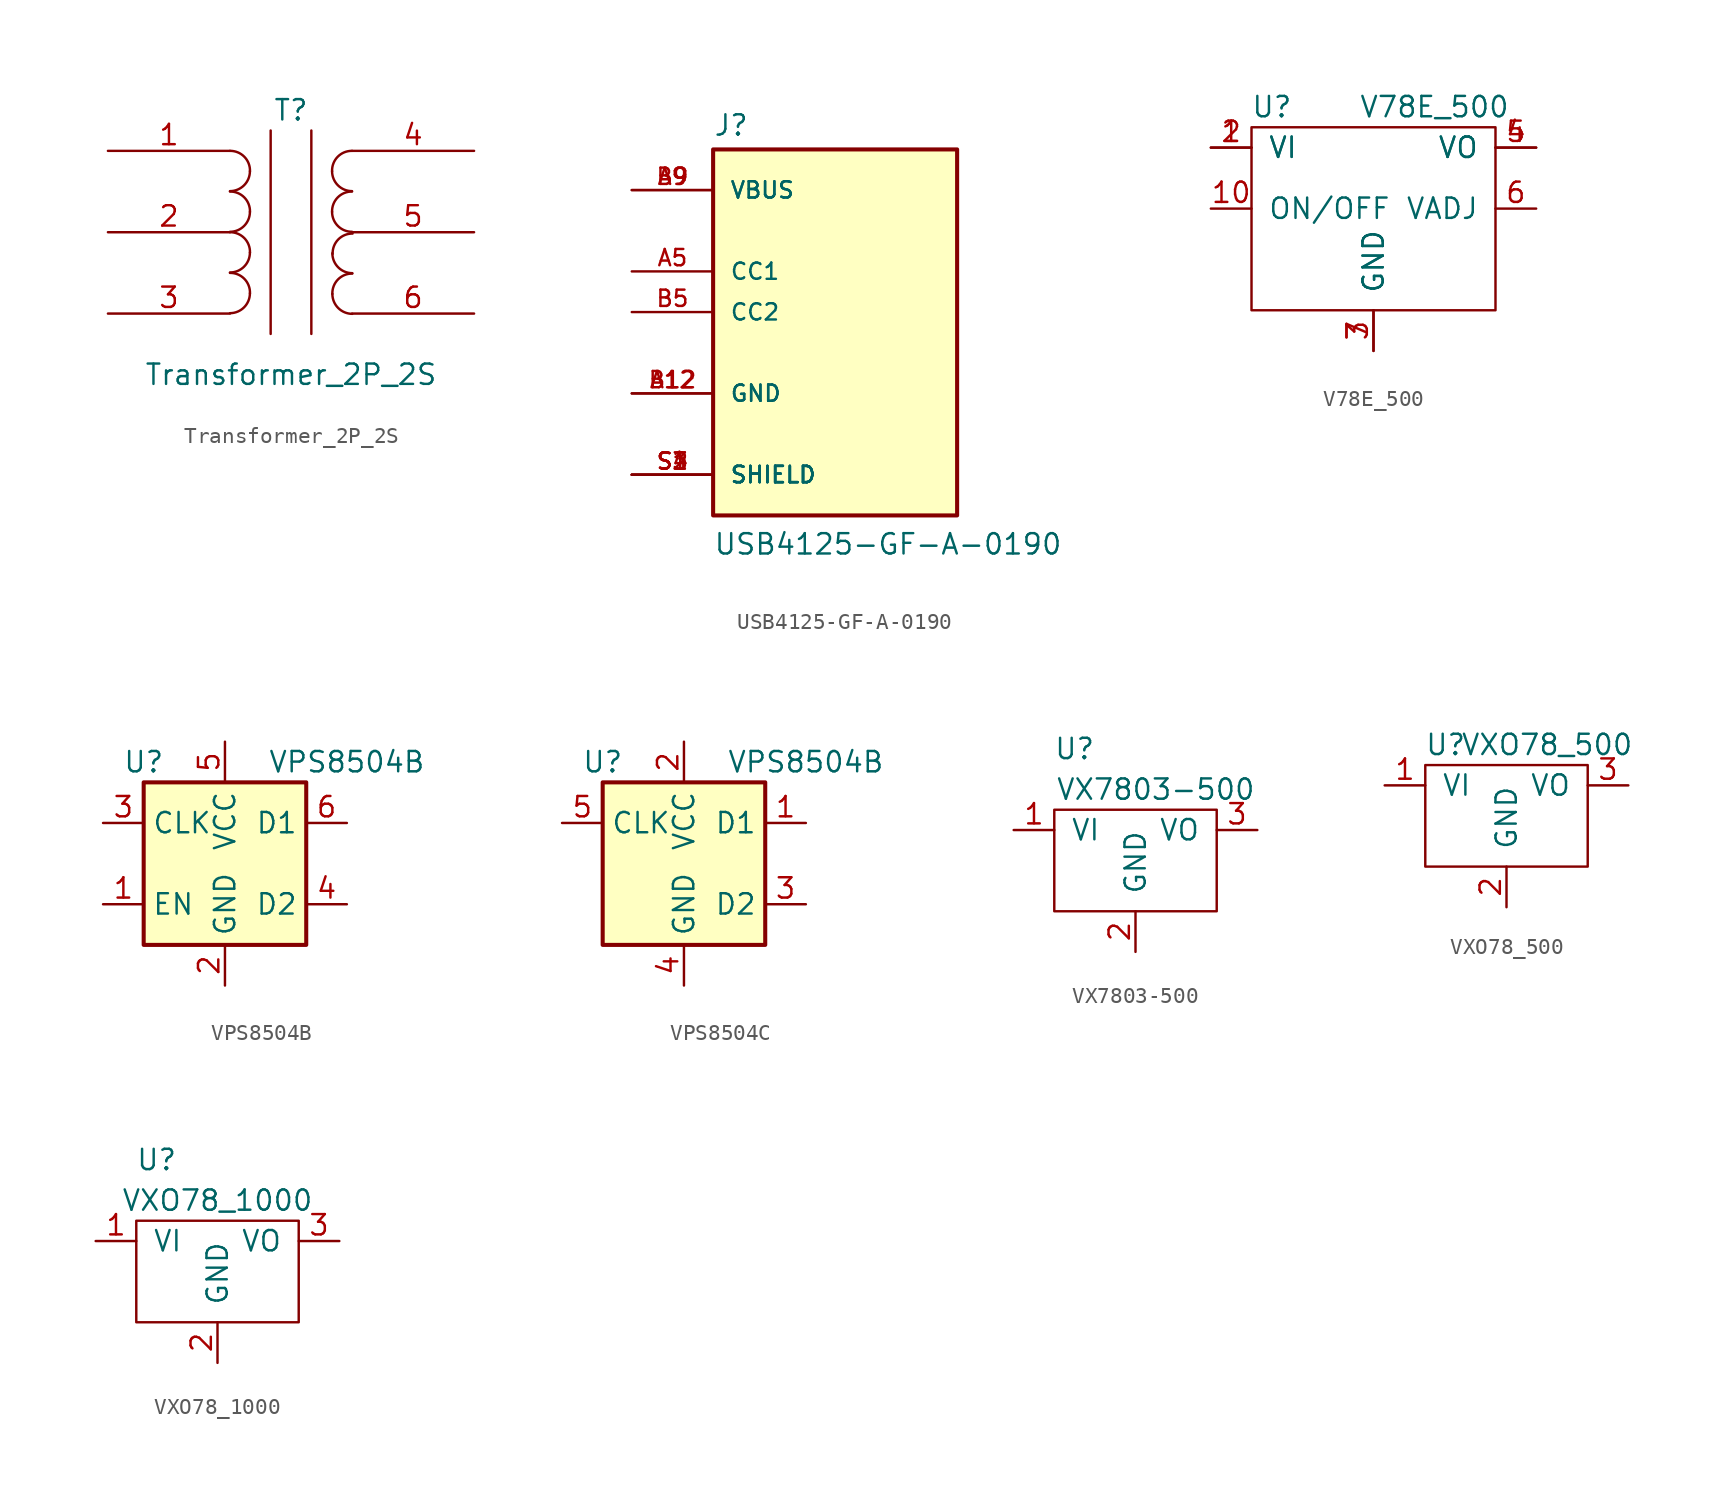
<source format=kicad_sym>
(kicad_symbol_lib
  (version 20220914)
  (generator kicad_symbol_editor)
  (symbol "Transformer_2P_2S"
    (pin_names
      (offset 1.016) hide)
    (property "Reference" "T"
      (at 0 7.62 0)
      (effects (font (size 1.27 1.27))))
    (property "Value" "Transformer_2P_2S"
      (at 0 -8.89 0)
      (effects (font (size 1.27 1.27))))
    (symbol "Transformer_2P_2S_0_1"
      (arc (start -3.81 -5.0546) (mid -2.9299 -4.6901) (end -2.5654 -3.81) (stroke (width 0) (type default)) (fill (type none)))
      (arc (start -3.81 -2.5146) (mid -2.9299 -2.1501) (end -2.5654 -1.27) (stroke (width 0) (type default)) (fill (type none)))
      (arc (start -3.81 0.0254) (mid -2.9299 0.3899) (end -2.5654 1.27) (stroke (width 0) (type default)) (fill (type none)))
      (arc (start -3.81 2.5654) (mid -2.9299 2.9299) (end -2.5654 3.81) (stroke (width 0) (type default)) (fill (type none)))
      (arc (start -2.5654 -3.81) (mid -2.9157 -2.9083) (end -3.81 -2.54) (stroke (width 0) (type default)) (fill (type none)))
      (arc (start -2.5654 -1.27) (mid -2.9157 -0.3683) (end -3.81 0) (stroke (width 0) (type default)) (fill (type none)))
      (arc (start -2.5654 1.27) (mid -2.9157 2.1717) (end -3.81 2.54) (stroke (width 0) (type default)) (fill (type none)))
      (arc (start -2.5654 3.81) (mid -2.9157 4.7117) (end -3.81 5.08) (stroke (width 0) (type default)) (fill (type none)))
      (polyline (pts (xy -1.27 -6.35) (xy -1.27 6.35)) (stroke (width 0) (type default)) (fill (type none)))
      (polyline (pts (xy 1.27 6.35) (xy 1.27 -6.35)) (stroke (width 0) (type default)) (fill (type none)))
      (arc (start 2.5654 1.27) (mid 2.9299 0.3899) (end 3.81 0.0254) (stroke (width 0) (type default)) (fill (type none)))
      (arc (start 2.5654 3.81) (mid 2.9299 2.9299) (end 3.81 2.5654) (stroke (width 0) (type default)) (fill (type none)))
      (arc (start 2.5824 -3.852) (mid 2.9469 -4.7321) (end 3.827 -5.0966) (stroke (width 0) (type default)) (fill (type none)))
      (arc (start 2.5824 -1.312) (mid 2.9469 -2.1921) (end 3.827 -2.5566) (stroke (width 0) (type default)) (fill (type none)))
      (arc (start 3.81 2.54) (mid 2.9158 2.1715) (end 2.5654 1.27) (stroke (width 0) (type default)) (fill (type none)))
      (arc (start 3.81 5.08) (mid 2.9158 4.7115) (end 2.5654 3.81) (stroke (width 0) (type default)) (fill (type none)))
      (arc (start 3.827 -2.582) (mid 2.9328 -2.9505) (end 2.5824 -3.852) (stroke (width 0) (type default)) (fill (type none)))
      (arc (start 3.844 -0.084) (mid 2.9498 -0.4525) (end 2.5994 -1.354) (stroke (width 0) (type default)) (fill (type none))))
    (symbol "Transformer_2P_2S_1_1"
      (pin passive line (at -11.43 5.08 0) (length 7.62) (name "PA" (effects (font (size 1.27 1.27)))) (number "1" (effects (font (size 1.27 1.27)))))
      (pin passive line (at -11.43 0 0) (length 7.62) (name "PB" (effects (font (size 1.27 1.27)))) (number "2" (effects (font (size 1.27 1.27)))))
      (pin passive line (at -11.43 -5.08 0) (length 7.62) (name "PC" (effects (font (size 1.27 1.27)))) (number "3" (effects (font (size 1.27 1.27)))))
      (pin passive line (at 11.43 5.08 180) (length 7.62) (name "SA" (effects (font (size 1.27 1.27)))) (number "4" (effects (font (size 1.27 1.27)))))
      (pin passive line (at 11.43 0 180) (length 7.62) (name "SB" (effects (font (size 1.27 1.27)))) (number "5" (effects (font (size 1.27 1.27)))))
      (pin passive line (at 11.43 -5.08 180) (length 7.62) (name "SC" (effects (font (size 1.27 1.27)))) (number "6" (effects (font (size 1.27 1.27)))))))
  (symbol "USB4125-GF-A-0190"
    (pin_names
      (offset 1.016))
    (property "Reference" "J"
      (at -7.62 10.922 0)
      (effects (font (size 1.27 1.27)) (justify left bottom)))
    (property "Value" "USB4125-GF-A-0190"
      (at -7.62 -15.24 0)
      (effects (font (size 1.27 1.27)) (justify left bottom)))
    (symbol "USB4125-GF-A-0190_0_0"
      (rectangle (start -7.62 -12.7) (end 7.62 10.16) (stroke (width 0.254) (type default)) (fill (type background)))
      (pin power_in line (at -12.7 -5.08 0) (length 5.08) (name "GND" (effects (font (size 1.016 1.016)))) (number "A12" (effects (font (size 1.016 1.016)))))
      (pin bidirectional line (at -12.7 2.54 0) (length 5.08) (name "CC1" (effects (font (size 1.016 1.016)))) (number "A5" (effects (font (size 1.016 1.016)))))
      (pin power_in line (at -12.7 7.62 0) (length 5.08) (name "VBUS" (effects (font (size 1.016 1.016)))) (number "A9" (effects (font (size 1.016 1.016)))))
      (pin power_in line (at -12.7 -5.08 0) (length 5.08) (name "GND" (effects (font (size 1.016 1.016)))) (number "B12" (effects (font (size 1.016 1.016)))))
      (pin bidirectional line (at -12.7 0 0) (length 5.08) (name "CC2" (effects (font (size 1.016 1.016)))) (number "B5" (effects (font (size 1.016 1.016)))))
      (pin power_in line (at -12.7 7.62 0) (length 5.08) (name "VBUS" (effects (font (size 1.016 1.016)))) (number "B9" (effects (font (size 1.016 1.016)))))
      (pin passive line (at -12.7 -10.16 0) (length 5.08) (name "SHIELD" (effects (font (size 1.016 1.016)))) (number "S1" (effects (font (size 1.016 1.016)))))
      (pin passive line (at -12.7 -10.16 0) (length 5.08) (name "SHIELD" (effects (font (size 1.016 1.016)))) (number "S2" (effects (font (size 1.016 1.016)))))
      (pin passive line (at -12.7 -10.16 0) (length 5.08) (name "SHIELD" (effects (font (size 1.016 1.016)))) (number "S3" (effects (font (size 1.016 1.016)))))
      (pin passive line (at -12.7 -10.16 0) (length 5.08) (name "SHIELD" (effects (font (size 1.016 1.016)))) (number "S4" (effects (font (size 1.016 1.016)))))))
  (symbol "V78E_500"
    (pin_names
      (offset 1.016))
    (property "Reference" "U"
      (at -6.35 2.54 0)
      (effects (font (size 1.27 1.27))))
    (property "Value" "V78E_500"
      (at 3.81 2.54 0)
      (effects (font (size 1.27 1.27))))
    (symbol "V78E_500_0_1"
      (rectangle (start -7.62 -10.16) (end 7.62 1.27) (stroke (width 0) (type default)) (fill (type none))))
    (symbol "V78E_500_1_1"
      (pin power_in line (at -10.16 0 0) (length 2.54) (name "VI" (effects (font (size 1.27 1.27)))) (number "1" (effects (font (size 1.27 1.27)))))
      (pin input line (at -10.16 -3.81 0) (length 2.54) (name "ON/OFF" (effects (font (size 1.27 1.27)))) (number "10" (effects (font (size 1.27 1.27)))))
      (pin power_in line (at -10.16 0 0) (length 2.54) (name "VI" (effects (font (size 1.27 1.27)))) (number "2" (effects (font (size 1.27 1.27)))))
      (pin passive line (at 0 -12.7 90) (length 2.54) (name "GND" (effects (font (size 1.27 1.27)))) (number "3" (effects (font (size 1.27 1.27)))))
      (pin power_out line (at 10.16 0 180) (length 2.54) (name "VO" (effects (font (size 1.27 1.27)))) (number "4" (effects (font (size 1.27 1.27)))))
      (pin power_out line (at 10.16 0 180) (length 2.54) (name "VO" (effects (font (size 1.27 1.27)))) (number "5" (effects (font (size 1.27 1.27)))))
      (pin power_out line (at 10.16 -3.81 180) (length 2.54) (name "VADJ" (effects (font (size 1.27 1.27)))) (number "6" (effects (font (size 1.27 1.27)))))
      (pin passive line (at 0 -12.7 90) (length 2.54) (name "GND" (effects (font (size 1.27 1.27)))) (number "7" (effects (font (size 1.27 1.27)))))))
  (symbol "VPS8504B"
    (property "Reference" "U"
      (at -5.08 6.35 0)
      (effects (font (size 1.27 1.27))))
    (property "Value" "VPS8504B"
      (at 7.62 6.35 0)
      (effects (font (size 1.27 1.27))))
    (symbol "VPS8504B_0_1"
      (rectangle (start -5.08 5.08) (end 5.08 -5.08) (stroke (width 0.254) (type default)) (fill (type background))))
    (symbol "VPS8504B_1_1"
      (pin input line (at -7.62 -2.54 0) (length 2.54) (name "EN" (effects (font (size 1.27 1.27)))) (number "1" (effects (font (size 1.27 1.27)))))
      (pin power_in line (at 0 -7.62 90) (length 2.54) (name "GND" (effects (font (size 1.27 1.27)))) (number "2" (effects (font (size 1.27 1.27)))))
      (pin input line (at -7.62 2.54 0) (length 2.54) (name "CLK" (effects (font (size 1.27 1.27)))) (number "3" (effects (font (size 1.27 1.27)))))
      (pin open_collector line (at 7.62 -2.54 180) (length 2.54) (name "D2" (effects (font (size 1.27 1.27)))) (number "4" (effects (font (size 1.27 1.27)))))
      (pin power_in line (at 0 7.62 270) (length 2.54) (name "VCC" (effects (font (size 1.27 1.27)))) (number "5" (effects (font (size 1.27 1.27)))))
      (pin open_collector line (at 7.62 2.54 180) (length 2.54) (name "D1" (effects (font (size 1.27 1.27)))) (number "6" (effects (font (size 1.27 1.27)))))))
  (symbol "VPS8504C"
    (property "Reference" "U"
      (at -5.08 6.35 0)
      (effects (font (size 1.27 1.27))))
    (property "Value" "VPS8504B"
      (at 7.62 6.35 0)
      (effects (font (size 1.27 1.27))))
    (symbol "VPS8504C_0_1"
      (rectangle (start -5.08 5.08) (end 5.08 -5.08) (stroke (width 0.254) (type default)) (fill (type background))))
    (symbol "VPS8504C_1_1"
      (pin open_collector line (at 7.62 2.54 180) (length 2.54) (name "D1" (effects (font (size 1.27 1.27)))) (number "1" (effects (font (size 1.27 1.27)))))
      (pin power_in line (at 0 7.62 270) (length 2.54) (name "VCC" (effects (font (size 1.27 1.27)))) (number "2" (effects (font (size 1.27 1.27)))))
      (pin open_collector line (at 7.62 -2.54 180) (length 2.54) (name "D2" (effects (font (size 1.27 1.27)))) (number "3" (effects (font (size 1.27 1.27)))))
      (pin power_in line (at 0 -7.62 90) (length 2.54) (name "GND" (effects (font (size 1.27 1.27)))) (number "4" (effects (font (size 1.27 1.27)))))
      (pin input line (at -7.62 2.54 0) (length 2.54) (name "CLK" (effects (font (size 1.27 1.27)))) (number "5" (effects (font (size 1.27 1.27)))))))
  (symbol "VX7803-500"
    (pin_names
      (offset 1.016))
    (property "Reference" "U"
      (at -3.81 5.08 0)
      (effects (font (size 1.27 1.27))))
    (property "Value" "VX7803-500"
      (at 1.27 2.54 0)
      (effects (font (size 1.27 1.27))))
    (symbol "VX7803-500_0_1"
      (rectangle (start -5.08 -5.08) (end 5.08 1.27) (stroke (width 0) (type default)) (fill (type none))))
    (symbol "VX7803-500_1_1"
      (pin power_in line (at -7.62 0 0) (length 2.54) (name "VI" (effects (font (size 1.27 1.27)))) (number "1" (effects (font (size 1.27 1.27)))))
      (pin passive line (at 0 -7.62 90) (length 2.54) (name "GND" (effects (font (size 1.27 1.27)))) (number "2" (effects (font (size 1.27 1.27)))))
      (pin power_out line (at 7.62 0 180) (length 2.54) (name "VO" (effects (font (size 1.27 1.27)))) (number "3" (effects (font (size 1.27 1.27)))))))
  (symbol "VXO78_500"
    (pin_names
      (offset 1.016))
    (property "Reference" "U"
      (at -3.81 2.54 0)
      (effects (font (size 1.27 1.27))))
    (property "Value" "VXO78_500"
      (at 2.54 2.54 0)
      (effects (font (size 1.27 1.27))))
    (symbol "VXO78_500_0_1"
      (rectangle (start -5.08 -5.08) (end 5.08 1.27) (stroke (width 0) (type default)) (fill (type none))))
    (symbol "VXO78_500_1_1"
      (pin power_in line (at -7.62 0 0) (length 2.54) (name "VI" (effects (font (size 1.27 1.27)))) (number "1" (effects (font (size 1.27 1.27)))))
      (pin passive line (at 0 -7.62 90) (length 2.54) (name "GND" (effects (font (size 1.27 1.27)))) (number "2" (effects (font (size 1.27 1.27)))))
      (pin power_out line (at 7.62 0 180) (length 2.54) (name "VO" (effects (font (size 1.27 1.27)))) (number "3" (effects (font (size 1.27 1.27)))))))
  (symbol "VXO78_1000"
    (pin_names
      (offset 1.016))
    (property "Reference" "U"
      (at -3.81 5.08 0)
      (effects (font (size 1.27 1.27))))
    (property "Value" "VXO78_1000"
      (at 0 2.54 0)
      (effects (font (size 1.27 1.27))))
    (symbol "VXO78_1000_0_1"
      (rectangle (start -5.08 -5.08) (end 5.08 1.27) (stroke (width 0) (type default)) (fill (type none))))
    (symbol "VXO78_1000_1_1"
      (pin power_in line (at -7.62 0 0) (length 2.54) (name "VI" (effects (font (size 1.27 1.27)))) (number "1" (effects (font (size 1.27 1.27)))))
      (pin passive line (at 0 -7.62 90) (length 2.54) (name "GND" (effects (font (size 1.27 1.27)))) (number "2" (effects (font (size 1.27 1.27)))))
      (pin power_out line (at 7.62 0 180) (length 2.54) (name "VO" (effects (font (size 1.27 1.27)))) (number "3" (effects (font (size 1.27 1.27))))))))
</source>
